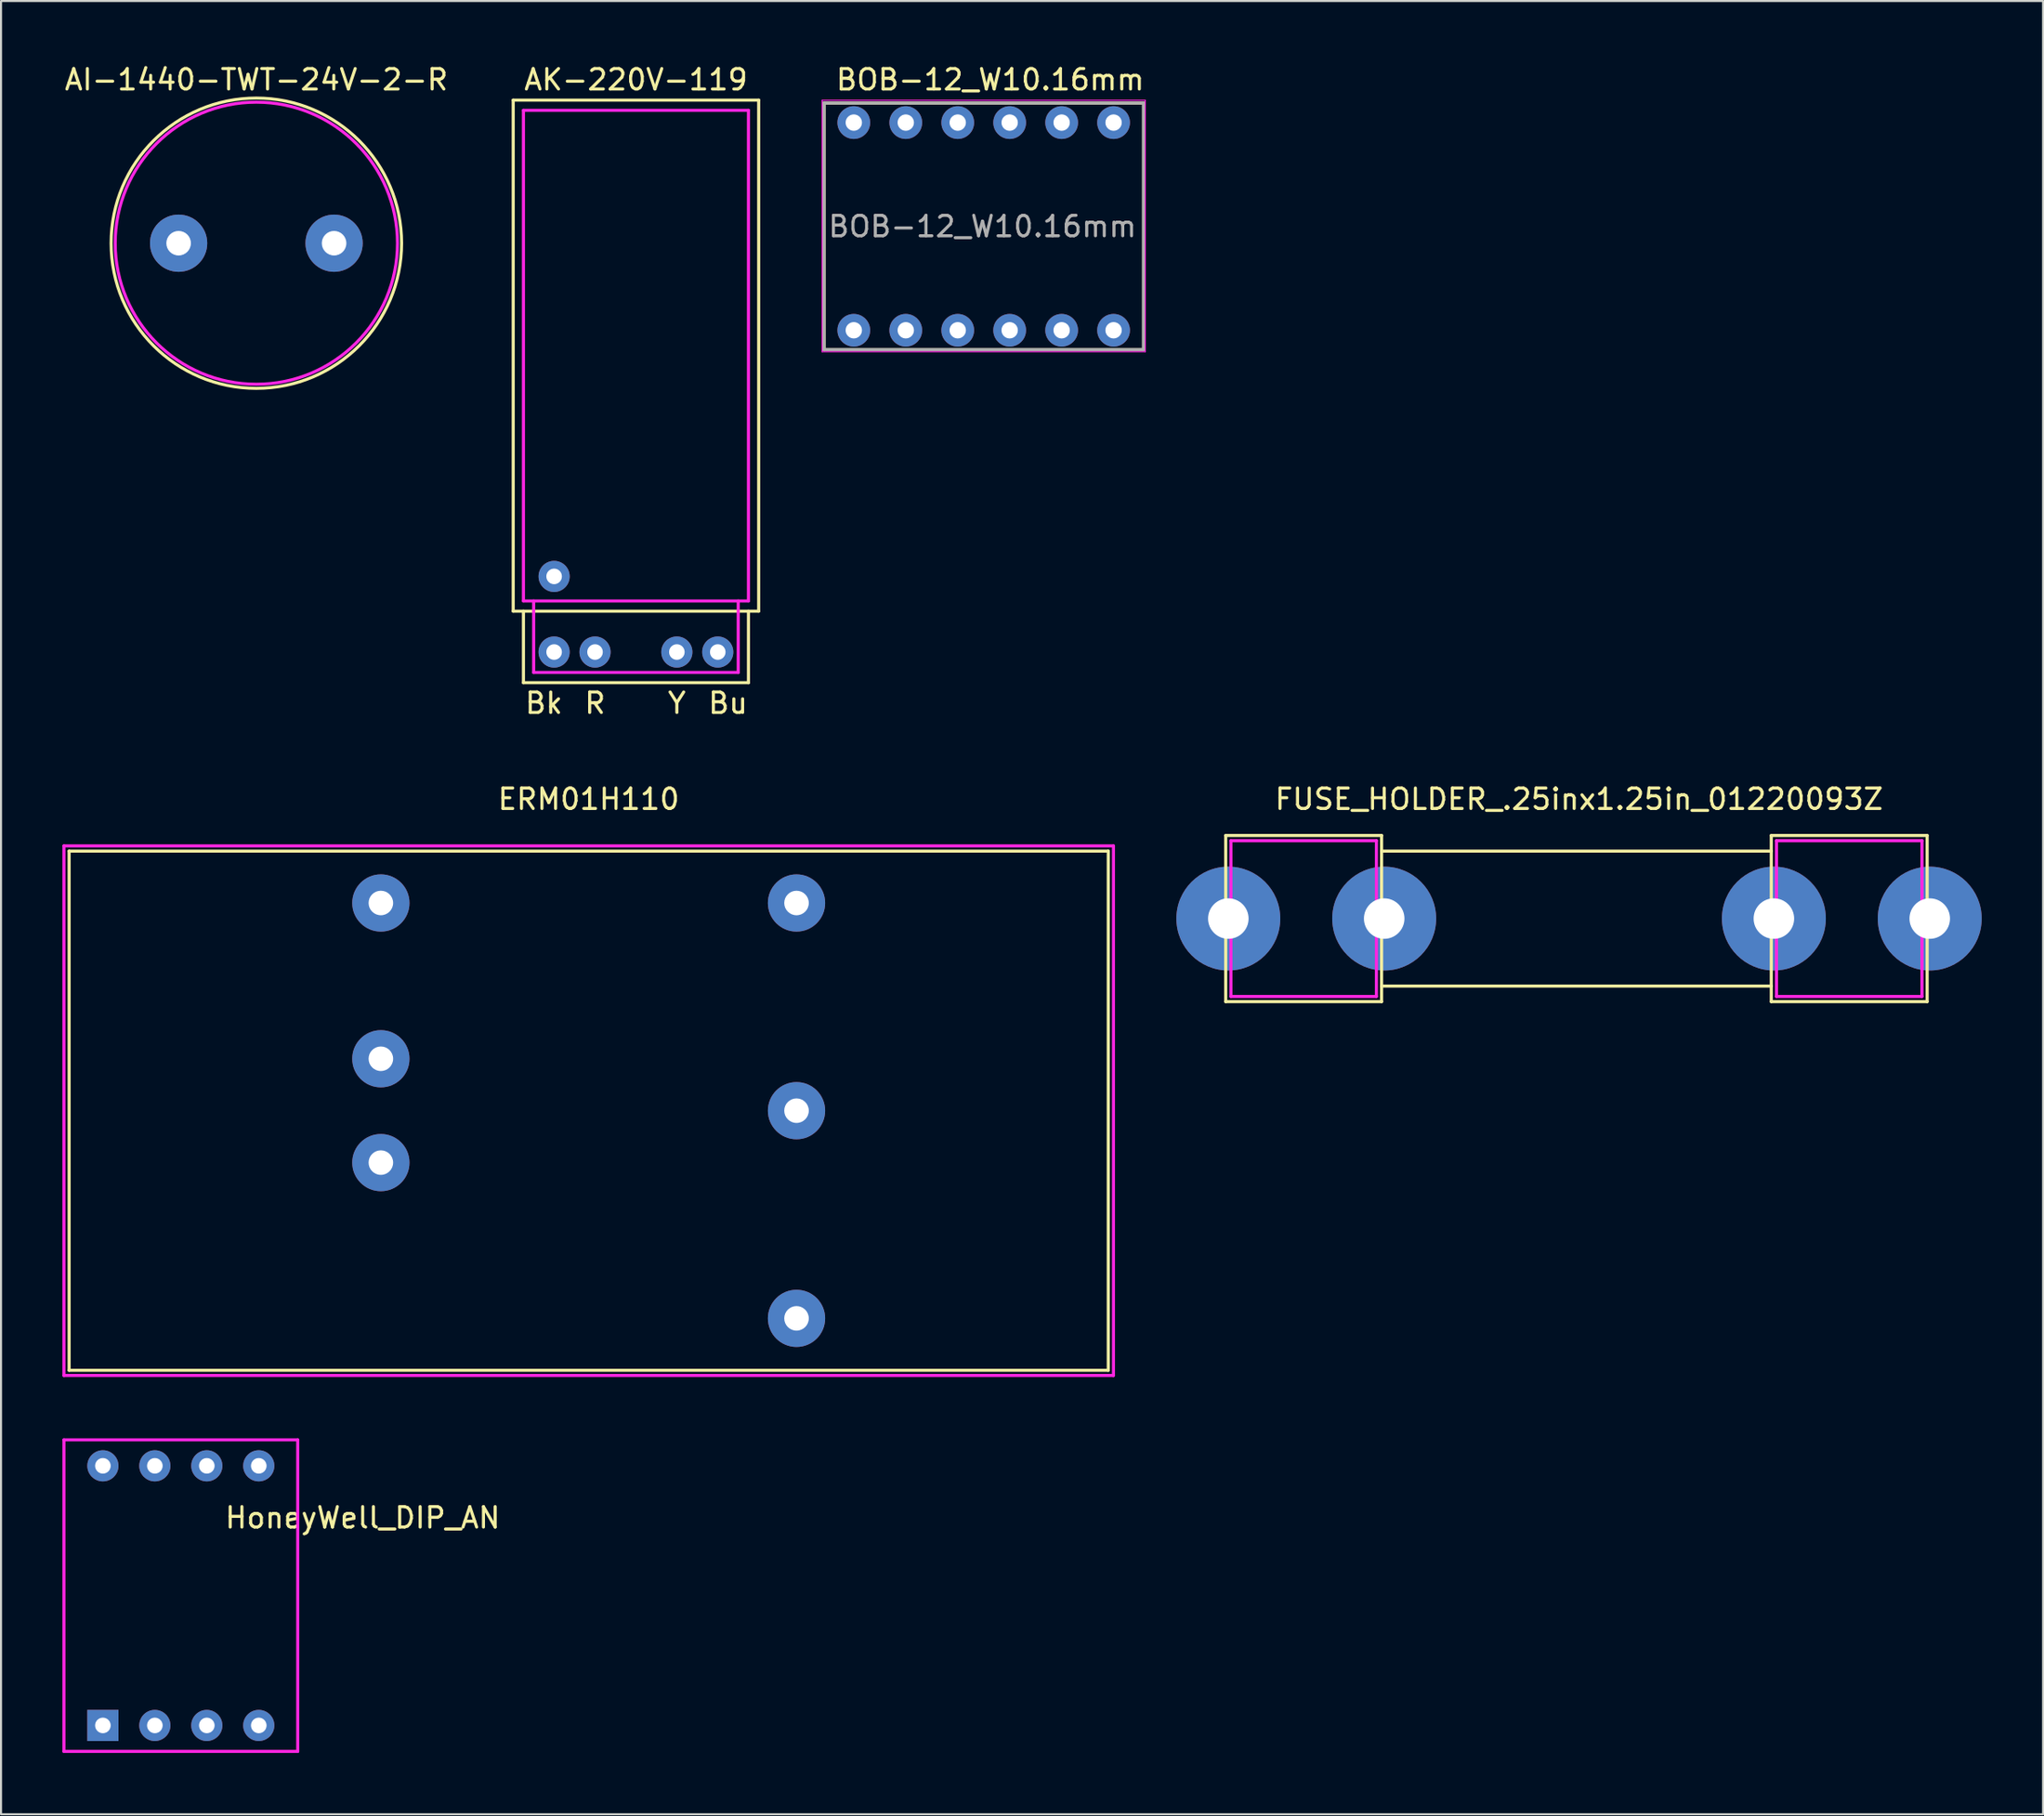
<source format=kicad_pcb>
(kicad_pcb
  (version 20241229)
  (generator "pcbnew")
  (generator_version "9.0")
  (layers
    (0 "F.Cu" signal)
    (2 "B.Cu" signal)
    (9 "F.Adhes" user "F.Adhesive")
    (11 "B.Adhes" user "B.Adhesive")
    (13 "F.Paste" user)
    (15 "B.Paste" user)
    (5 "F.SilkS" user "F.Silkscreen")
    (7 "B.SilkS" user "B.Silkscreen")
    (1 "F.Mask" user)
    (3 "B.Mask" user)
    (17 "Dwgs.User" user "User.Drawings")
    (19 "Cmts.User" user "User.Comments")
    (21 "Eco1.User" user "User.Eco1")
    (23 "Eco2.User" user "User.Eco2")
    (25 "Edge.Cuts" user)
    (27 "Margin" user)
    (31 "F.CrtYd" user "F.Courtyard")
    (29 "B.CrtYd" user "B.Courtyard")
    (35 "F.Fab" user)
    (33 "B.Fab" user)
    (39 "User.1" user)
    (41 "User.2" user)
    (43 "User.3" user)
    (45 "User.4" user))
  (footprint "AI-1440-TWT-24V-2-R"
    (layer "F.Cu")
    (at 9.482 8.848)
    (property "Reference" "AI-1440-TWT-24V-2-R" (at 0 -8 0) (layer "F.SilkS") (effects (font (size 1 1) (thickness 0.15))))
    (attr through_hole)
    (fp_circle (center 0 0) (end 7.1 0) (stroke (width 0.15) (type solid)) (fill no) (layer "F.SilkS"))
    (fp_circle (center 0 0) (end 6.9 0) (stroke (width 0.15) (type solid)) (fill no) (layer "F.CrtYd"))
    (pad "1" thru_hole circle (at -3.8 0) (size 2.8 2.8) (drill 1.2) (layers "*.Cu" "*.Mask"))
    (pad "2" thru_hole circle (at 3.8 0) (size 2.8 2.8) (drill 1.2) (layers "*.Cu" "*.Mask")))
  (footprint "HoneyWell_DIP_AN"
    (layer "F.Cu")
    (at 5.79 75.009)
    (property "Reference" "HoneyWell_DIP_AN" (at 8.89 -3.81 0) (layer "F.SilkS") (effects (font (size 1 1) (thickness 0.15))))
    (attr through_hole)
    (fp_line (start -5.08 -5.08) (end -5.08 5.08) (stroke (width 0.15) (type solid)) (layer "B.Paste"))
    (fp_line (start -5.08 5.08) (end 5.08 5.08) (stroke (width 0.15) (type solid)) (layer "B.Paste"))
    (fp_line (start 5.08 -5.08) (end -5.08 -5.08) (stroke (width 0.15) (type solid)) (layer "B.Paste"))
    (fp_line (start 5.08 5.08) (end 5.08 -5.08) (stroke (width 0.15) (type solid)) (layer "B.Paste"))
    (fp_circle (center 0 0) (end 1.27 -1.27) (stroke (width 0.15) (type solid)) (fill no) (layer "B.Paste"))
    (fp_line (start -5.715 -7.62) (end -5.715 7.62) (stroke (width 0.15) (type solid)) (layer "F.CrtYd"))
    (fp_line (start -5.715 7.62) (end 5.715 7.62) (stroke (width 0.15) (type solid)) (layer "F.CrtYd"))
    (fp_line (start 5.715 -7.62) (end -5.715 -7.62) (stroke (width 0.15) (type solid)) (layer "F.CrtYd"))
    (fp_line (start 5.715 7.62) (end 5.715 -7.62) (stroke (width 0.15) (type solid)) (layer "F.CrtYd"))
    (pad "1" thru_hole rect (at -3.81 6.35) (size 1.524 1.524) (drill 0.762) (layers "*.Cu" "*.Mask"))
    (pad "2" thru_hole circle (at -1.27 6.35) (size 1.524 1.524) (drill 0.762) (layers "*.Cu" "*.Mask"))
    (pad "3" thru_hole circle (at 1.27 6.35) (size 1.524 1.524) (drill 0.762) (layers "*.Cu" "*.Mask"))
    (pad "4" thru_hole circle (at 3.81 6.35) (size 1.524 1.524) (drill 0.762) (layers "*.Cu" "*.Mask"))
    (pad "5" thru_hole circle (at 3.81 -6.35) (size 1.524 1.524) (drill 0.762) (layers "*.Cu" "*.Mask"))
    (pad "6" thru_hole circle (at 1.27 -6.35) (size 1.524 1.524) (drill 0.762) (layers "*.Cu" "*.Mask"))
    (pad "7" thru_hole circle (at -1.27 -6.35) (size 1.524 1.524) (drill 0.762) (layers "*.Cu" "*.Mask"))
    (pad "8" thru_hole circle (at -3.81 -6.35) (size 1.524 1.524) (drill 0.762) (layers "*.Cu" "*.Mask")))
  (footprint "AK-220V-119"
    (layer "F.Cu")
    (at 28.039 14.348)
    (property "Reference" "AK-220V-119" (at 0 -13.5 180) (layer "F.SilkS") (effects (font (size 1 1) (thickness 0.15))))
    (attr through_hole)
    (fp_line (start -6 -12.5) (end -6 12.5) (stroke (width 0.15) (type solid)) (layer "F.SilkS"))
    (fp_line (start -6 12.5) (end 6 12.5) (stroke (width 0.15) (type solid)) (layer "F.SilkS"))
    (fp_line (start -5.5 12.5) (end -5.5 16) (stroke (width 0.15) (type solid)) (layer "F.SilkS"))
    (fp_line (start -5.5 16) (end 5.5 16) (stroke (width 0.15) (type solid)) (layer "F.SilkS"))
    (fp_line (start 5.5 16) (end 5.5 12.5) (stroke (width 0.15) (type solid)) (layer "F.SilkS"))
    (fp_line (start 6 -12.5) (end -6 -12.5) (stroke (width 0.15) (type solid)) (layer "F.SilkS"))
    (fp_line (start 6 12.5) (end 6 -12.5) (stroke (width 0.15) (type solid)) (layer "F.SilkS"))
    (fp_line (start -5.5 -12) (end -5.5 12) (stroke (width 0.15) (type solid)) (layer "F.CrtYd"))
    (fp_line (start -5.5 12) (end 5.5 12) (stroke (width 0.15) (type solid)) (layer "F.CrtYd"))
    (fp_line (start -5 12) (end -5 15.5) (stroke (width 0.15) (type solid)) (layer "F.CrtYd"))
    (fp_line (start -5 15.5) (end 5 15.5) (stroke (width 0.15) (type solid)) (layer "F.CrtYd"))
    (fp_line (start 5 15.5) (end 5 12) (stroke (width 0.15) (type solid)) (layer "F.CrtYd"))
    (fp_line (start 5.5 -12) (end -5.5 -12) (stroke (width 0.15) (type solid)) (layer "F.CrtYd"))
    (fp_line (start 5.5 12) (end 5.5 -12) (stroke (width 0.15) (type solid)) (layer "F.CrtYd"))
    (fp_text user "Bu" (at 4.5 17 0) (layer "F.SilkS") (effects (font (size 1 1) (thickness 0.15))))
    (fp_text user "Y" (at 2 17 0) (layer "F.SilkS") (effects (font (size 1 1) (thickness 0.15))))
    (fp_text user "R" (at -2 17 0) (layer "F.SilkS") (effects (font (size 1 1) (thickness 0.15))))
    (fp_text user "Bk" (at -4.5 17 0) (layer "F.SilkS") (effects (font (size 1 1) (thickness 0.15))))
    (pad "1" thru_hole circle (at -4 10.8) (size 1.524 1.524) (drill 0.762) (layers "*.Cu" "*.Mask"))
    (pad "Bk" thru_hole circle (at -4 14.5) (size 1.524 1.524) (drill 0.762) (layers "*.Cu" "*.Mask"))
    (pad "Bu" thru_hole circle (at 4 14.5) (size 1.524 1.524) (drill 0.762) (layers "*.Cu" "*.Mask"))
    (pad "R" thru_hole circle (at -2 14.5) (size 1.524 1.524) (drill 0.762) (layers "*.Cu" "*.Mask"))
    (pad "Y" thru_hole circle (at 2 14.5) (size 1.524 1.524) (drill 0.762) (layers "*.Cu" "*.Mask")))
  (footprint "BOB-12_W10.16mm"
    (layer "F.Cu")
    (at 45.107 7.96)
    (property "Reference" "BOB-12_W10.16mm" (at 0.254 -7.112 180) (layer "F.SilkS") (effects (font (size 1 1) (thickness 0.15))))
    (attr through_hole)
    (fp_line (start -7.874 -5.969) (end -7.874 6.096) (stroke (width 0.15) (type solid)) (layer "F.SilkS"))
    (fp_line (start -7.874 6.096) (end 7.747 6.096) (stroke (width 0.15) (type solid)) (layer "F.SilkS"))
    (fp_line (start 7.747 -5.969) (end -7.874 -5.969) (stroke (width 0.15) (type solid)) (layer "F.SilkS"))
    (fp_line (start 7.747 6.096) (end 7.747 -5.969) (stroke (width 0.15) (type solid)) (layer "F.SilkS"))
    (fp_line (start -7.968 -6.103) (end -7.968 6.197) (stroke (width 0.05) (type solid)) (layer "F.CrtYd"))
    (fp_line (start -7.968 6.197) (end 7.832 6.197) (stroke (width 0.05) (type solid)) (layer "F.CrtYd"))
    (fp_line (start 7.832 -6.103) (end -7.968 -6.103) (stroke (width 0.05) (type solid)) (layer "F.CrtYd"))
    (fp_line (start 7.832 6.197) (end 7.832 -6.103) (stroke (width 0.05) (type solid)) (layer "F.CrtYd"))
    (fp_line (start -7.874 -5.969) (end -7.874 6.096) (stroke (width 0.15) (type solid)) (layer "F.Fab"))
    (fp_line (start -7.874 6.096) (end 7.747 6.096) (stroke (width 0.15) (type solid)) (layer "F.Fab"))
    (fp_line (start 7.747 -5.969) (end -7.874 -5.969) (stroke (width 0.15) (type solid)) (layer "F.Fab"))
    (fp_line (start 7.747 6.096) (end 7.747 -5.969) (stroke (width 0.15) (type solid)) (layer "F.Fab"))
    (fp_text user "${REFERENCE}" (at -0.127 0.068 180) (layer "F.Fab") (effects (font (size 1 1) (thickness 0.15))))
    (pad "1" thru_hole circle (at -6.418 5.147 90) (size 1.6 1.6) (drill 0.8) (layers "*.Cu" "*.Mask"))
    (pad "2" thru_hole oval (at -3.877 5.147 90) (size 1.6 1.6) (drill 0.8) (layers "*.Cu" "*.Mask"))
    (pad "3" thru_hole oval (at -1.337 5.147 90) (size 1.6 1.6) (drill 0.8) (layers "*.Cu" "*.Mask"))
    (pad "4" thru_hole oval (at 1.202 5.147 90) (size 1.6 1.6) (drill 0.8) (layers "*.Cu" "*.Mask"))
    (pad "5" thru_hole oval (at 3.743 5.147 90) (size 1.6 1.6) (drill 0.8) (layers "*.Cu" "*.Mask"))
    (pad "6" thru_hole oval (at 6.282 5.147 90) (size 1.6 1.6) (drill 0.8) (layers "*.Cu" "*.Mask"))
    (pad "7" thru_hole oval (at 6.282 -5.013 90) (size 1.6 1.6) (drill 0.8) (layers "*.Cu" "*.Mask"))
    (pad "8" thru_hole oval (at 3.743 -5.013 90) (size 1.6 1.6) (drill 0.8) (layers "*.Cu" "*.Mask"))
    (pad "9" thru_hole oval (at 1.202 -5.013 90) (size 1.6 1.6) (drill 0.8) (layers "*.Cu" "*.Mask"))
    (pad "10" thru_hole oval (at -1.337 -5.013 90) (size 1.6 1.6) (drill 0.8) (layers "*.Cu" "*.Mask"))
    (pad "11" thru_hole oval (at -3.877 -5.013 90) (size 1.6 1.6) (drill 0.8) (layers "*.Cu" "*.Mask"))
    (pad "12" thru_hole oval (at -6.418 -5.013 90) (size 1.6 1.6) (drill 0.8) (layers "*.Cu" "*.Mask")))
  (footprint "ERM01H110"
    (layer "F.Cu")
    (at 25.729 51.285)
    (property "Reference" "ERM01H110" (at 0 -15.24 0) (layer "F.SilkS") (effects (font (size 1 1) (thickness 0.15))))
    (attr through_hole)
    (fp_line (start -25.4 -12.7) (end -25.4 12.7) (stroke (width 0.15) (type solid)) (layer "F.SilkS"))
    (fp_line (start -25.4 12.7) (end 25.4 12.7) (stroke (width 0.15) (type solid)) (layer "F.SilkS"))
    (fp_line (start 25.4 -12.7) (end -25.4 -12.7) (stroke (width 0.15) (type solid)) (layer "F.SilkS"))
    (fp_line (start 25.4 12.7) (end 25.4 -12.7) (stroke (width 0.15) (type solid)) (layer "F.SilkS"))
    (fp_line (start -25.654 -12.954) (end -25.654 12.954) (stroke (width 0.15) (type solid)) (layer "F.CrtYd"))
    (fp_line (start -25.654 12.954) (end 25.654 12.954) (stroke (width 0.15) (type solid)) (layer "F.CrtYd"))
    (fp_line (start 25.654 -12.954) (end -25.654 -12.954) (stroke (width 0.15) (type solid)) (layer "F.CrtYd"))
    (fp_line (start 25.654 12.954) (end 25.654 -12.954) (stroke (width 0.15) (type solid)) (layer "F.CrtYd"))
    (pad "1" thru_hole circle (at -10.16 2.54) (size 2.8 2.8) (drill 1.2) (layers "*.Cu" "*.Mask"))
    (pad "2" thru_hole circle (at -10.16 -2.54) (size 2.8 2.8) (drill 1.2) (layers "*.Cu" "*.Mask"))
    (pad "3" thru_hole circle (at -10.16 -10.16) (size 2.8 2.8) (drill 1.2) (layers "*.Cu" "*.Mask"))
    (pad "4" thru_hole circle (at 10.16 10.16) (size 2.8 2.8) (drill 1.2) (layers "*.Cu" "*.Mask"))
    (pad "5" thru_hole circle (at 10.16 0) (size 2.8 2.8) (drill 1.2) (layers "*.Cu" "*.Mask"))
    (pad "6" thru_hole circle (at 10.16 -10.16) (size 2.8 2.8) (drill 1.2) (layers "*.Cu" "*.Mask")))
  (footprint "FUSE_HOLDER_.25inx1.25in_01220093Z"
    (layer "F.Cu")
    (at 74.143 41.887)
    (property "Reference" "FUSE_HOLDER_.25inx1.25in_01220093Z" (at 0 -5.842 0) (layer "F.SilkS") (effects (font (size 1 1) (thickness 0.15))))
    (attr through_hole)
    (fp_line (start -17.272 -4.064) (end -17.272 4.064) (stroke (width 0.15) (type solid)) (layer "F.SilkS"))
    (fp_line (start -17.272 4.064) (end -9.652 4.064) (stroke (width 0.15) (type solid)) (layer "F.SilkS"))
    (fp_line (start -9.652 -4.064) (end -17.272 -4.064) (stroke (width 0.15) (type solid)) (layer "F.SilkS"))
    (fp_line (start -9.652 -3.302) (end 9.398 -3.302) (stroke (width 0.15) (type solid)) (layer "F.SilkS"))
    (fp_line (start -9.652 4.064) (end -9.652 -4.064) (stroke (width 0.15) (type solid)) (layer "F.SilkS"))
    (fp_line (start 9.398 -4.064) (end 9.398 4.064) (stroke (width 0.15) (type solid)) (layer "F.SilkS"))
    (fp_line (start 9.398 3.302) (end -9.652 3.302) (stroke (width 0.15) (type solid)) (layer "F.SilkS"))
    (fp_line (start 9.398 4.064) (end 17.018 4.064) (stroke (width 0.15) (type solid)) (layer "F.SilkS"))
    (fp_line (start 17.018 -4.064) (end 9.398 -4.064) (stroke (width 0.15) (type solid)) (layer "F.SilkS"))
    (fp_line (start 17.018 4.064) (end 17.018 -4.064) (stroke (width 0.15) (type solid)) (layer "F.SilkS"))
    (fp_line (start -17.018 -3.81) (end -17.018 3.81) (stroke (width 0.15) (type solid)) (layer "F.CrtYd"))
    (fp_line (start -17.018 3.81) (end -9.906 3.81) (stroke (width 0.15) (type solid)) (layer "F.CrtYd"))
    (fp_line (start -9.906 -3.81) (end -17.018 -3.81) (stroke (width 0.15) (type solid)) (layer "F.CrtYd"))
    (fp_line (start -9.906 3.81) (end -9.906 -3.81) (stroke (width 0.15) (type solid)) (layer "F.CrtYd"))
    (fp_line (start 9.652 -3.81) (end 9.652 3.81) (stroke (width 0.15) (type solid)) (layer "F.CrtYd"))
    (fp_line (start 9.652 3.81) (end 16.764 3.81) (stroke (width 0.15) (type solid)) (layer "F.CrtYd"))
    (fp_line (start 16.764 -3.81) (end 9.652 -3.81) (stroke (width 0.15) (type solid)) (layer "F.CrtYd"))
    (fp_line (start 16.764 3.81) (end 16.764 -3.81) (stroke (width 0.15) (type solid)) (layer "F.CrtYd"))
    (pad "1" thru_hole circle (at -17.145 0) (size 5.08 5.08) (drill 1.981) (layers "*.Cu" "*.Mask"))
    (pad "1" thru_hole circle (at -9.525 0) (size 5.08 5.08) (drill 1.981) (layers "*.Cu" "*.Mask"))
    (pad "2" thru_hole circle (at 9.525 0) (size 5.08 5.08) (drill 1.981) (layers "*.Cu" "*.Mask"))
    (pad "2" thru_hole circle (at 17.145 0) (size 5.08 5.08) (drill 1.981) (layers "*.Cu" "*.Mask")))
  (gr_rect
    (start -3 -3)
    (end 96.828 85.704)
    (stroke (width 0.1) (type default))
    (fill no)
    (layer "Edge.Cuts")))
</source>
